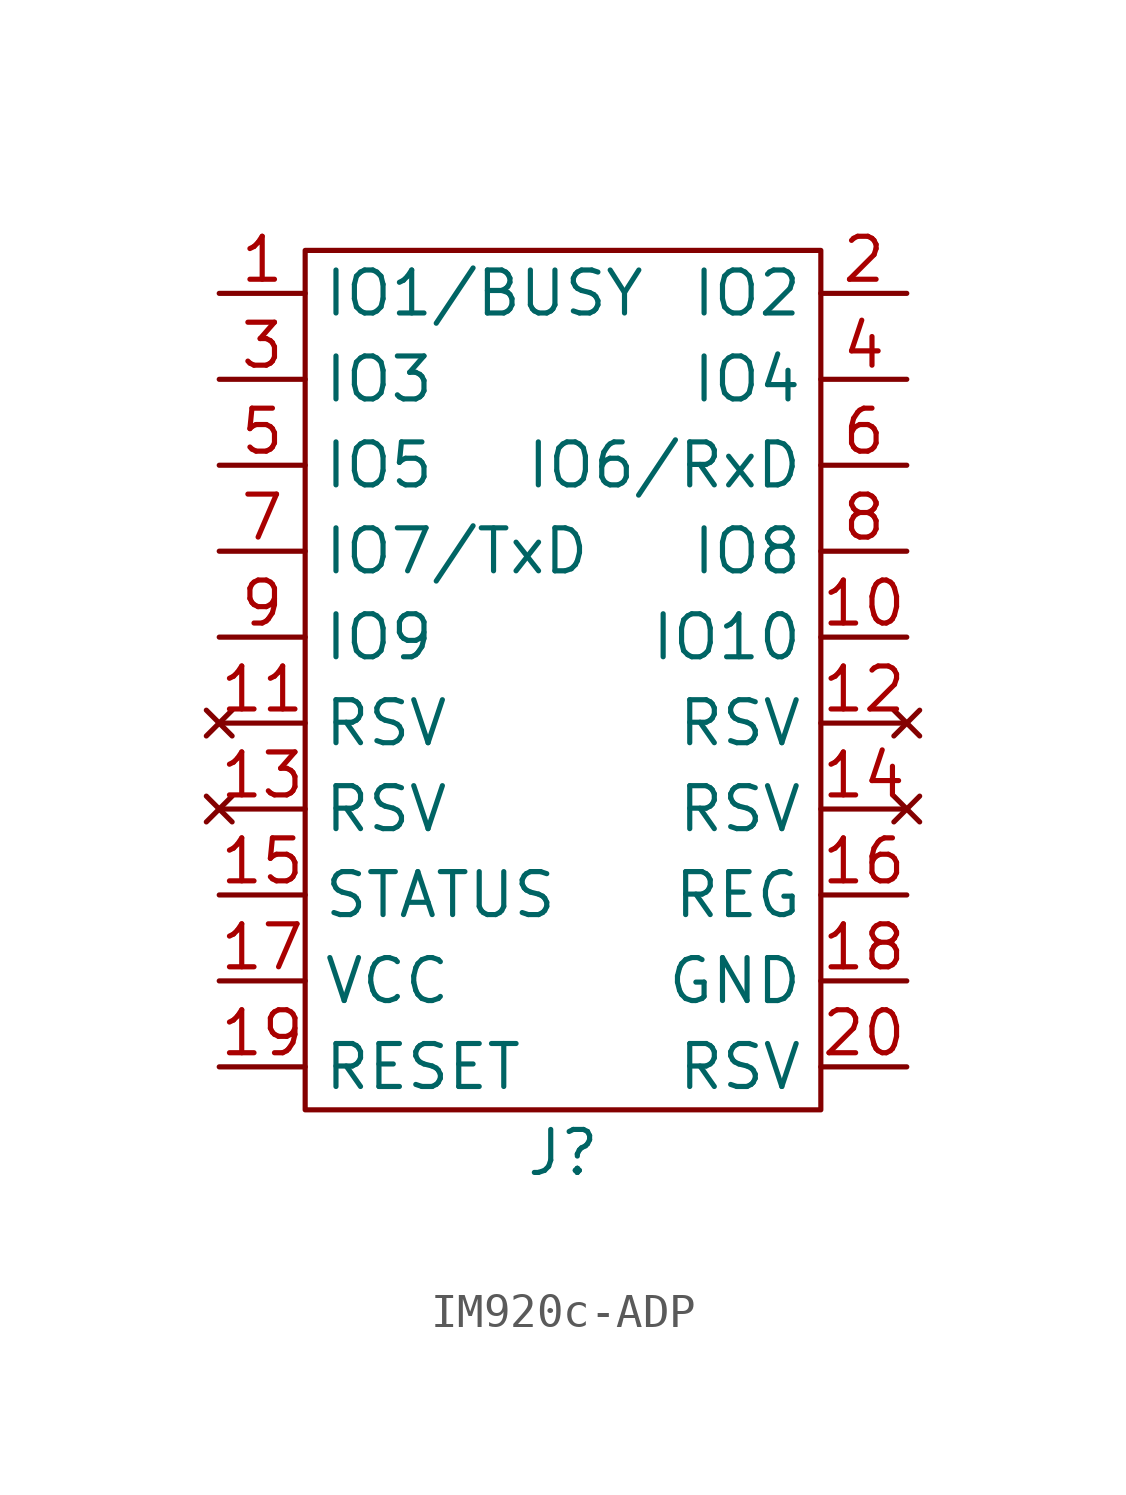
<source format=kicad_sym>
(kicad_symbol_lib
  (version 20220914)
  (generator kicad_symbol_editor)
  (symbol "IM920c-ADP"
    (property "Reference" "J"
      (at 0 -13.97 0)
      (effects (font (size 1.27 1.27))))
    (property "Value" ""
      (at 3.81 2.54 0)
      (effects (font (size 1.27 1.27))))
    (symbol "IM920c-ADP_0_1"
      (rectangle (start -7.62 12.7) (end 7.62 -12.7) (stroke (width 0) (type default)) (fill (type none))))
    (symbol "IM920c-ADP_1_0"
      (pin bidirectional line (at -10.16 -6.35 0) (length 2.54) (name "STATUS" (effects (font (size 1.27 1.27)))) (number "15" (effects (font (size 1.27 1.27)))))
      (pin bidirectional line (at 10.16 -6.35 180) (length 2.54) (name "REG" (effects (font (size 1.27 1.27)))) (number "16" (effects (font (size 1.27 1.27)))))
      (pin power_in line (at -10.16 -8.89 0) (length 2.54) (name "VCC" (effects (font (size 1.27 1.27)))) (number "17" (effects (font (size 1.27 1.27)))))
      (pin power_in line (at 10.16 -8.89 180) (length 2.54) (name "GND" (effects (font (size 1.27 1.27)))) (number "18" (effects (font (size 1.27 1.27)))))
      (pin bidirectional line (at -10.16 -11.43 0) (length 2.54) (name "RESET" (effects (font (size 1.27 1.27)))) (number "19" (effects (font (size 1.27 1.27)))))
      (pin bidirectional line (at 10.16 -11.43 180) (length 2.54) (name "RSV" (effects (font (size 1.27 1.27)))) (number "20" (effects (font (size 1.27 1.27))))))
    (symbol "IM920c-ADP_1_1"
      (pin bidirectional line (at -10.16 11.43 0) (length 2.54) (name "IO1/BUSY" (effects (font (size 1.27 1.27)))) (number "1" (effects (font (size 1.27 1.27)))))
      (pin bidirectional line (at 10.16 1.27 180) (length 2.54) (name "IO10" (effects (font (size 1.27 1.27)))) (number "10" (effects (font (size 1.27 1.27)))))
      (pin no_connect line (at -10.16 -1.27 0) (length 2.54) (name "RSV" (effects (font (size 1.27 1.27)))) (number "11" (effects (font (size 1.27 1.27)))))
      (pin no_connect line (at 10.16 -1.27 180) (length 2.54) (name "RSV" (effects (font (size 1.27 1.27)))) (number "12" (effects (font (size 1.27 1.27)))))
      (pin no_connect line (at -10.16 -3.81 0) (length 2.54) (name "RSV" (effects (font (size 1.27 1.27)))) (number "13" (effects (font (size 1.27 1.27)))))
      (pin no_connect line (at 10.16 -3.81 180) (length 2.54) (name "RSV" (effects (font (size 1.27 1.27)))) (number "14" (effects (font (size 1.27 1.27)))))
      (pin bidirectional line (at 10.16 11.43 180) (length 2.54) (name "IO2" (effects (font (size 1.27 1.27)))) (number "2" (effects (font (size 1.27 1.27)))))
      (pin bidirectional line (at -10.16 8.89 0) (length 2.54) (name "IO3" (effects (font (size 1.27 1.27)))) (number "3" (effects (font (size 1.27 1.27)))))
      (pin bidirectional line (at 10.16 8.89 180) (length 2.54) (name "IO4" (effects (font (size 1.27 1.27)))) (number "4" (effects (font (size 1.27 1.27)))))
      (pin bidirectional line (at -10.16 6.35 0) (length 2.54) (name "IO5" (effects (font (size 1.27 1.27)))) (number "5" (effects (font (size 1.27 1.27)))))
      (pin bidirectional line (at 10.16 6.35 180) (length 2.54) (name "IO6/RxD" (effects (font (size 1.27 1.27)))) (number "6" (effects (font (size 1.27 1.27)))))
      (pin bidirectional line (at -10.16 3.81 0) (length 2.54) (name "IO7/TxD" (effects (font (size 1.27 1.27)))) (number "7" (effects (font (size 1.27 1.27)))))
      (pin bidirectional line (at 10.16 3.81 180) (length 2.54) (name "IO8" (effects (font (size 1.27 1.27)))) (number "8" (effects (font (size 1.27 1.27)))))
      (pin bidirectional line (at -10.16 1.27 0) (length 2.54) (name "IO9" (effects (font (size 1.27 1.27)))) (number "9" (effects (font (size 1.27 1.27))))))))
</source>
